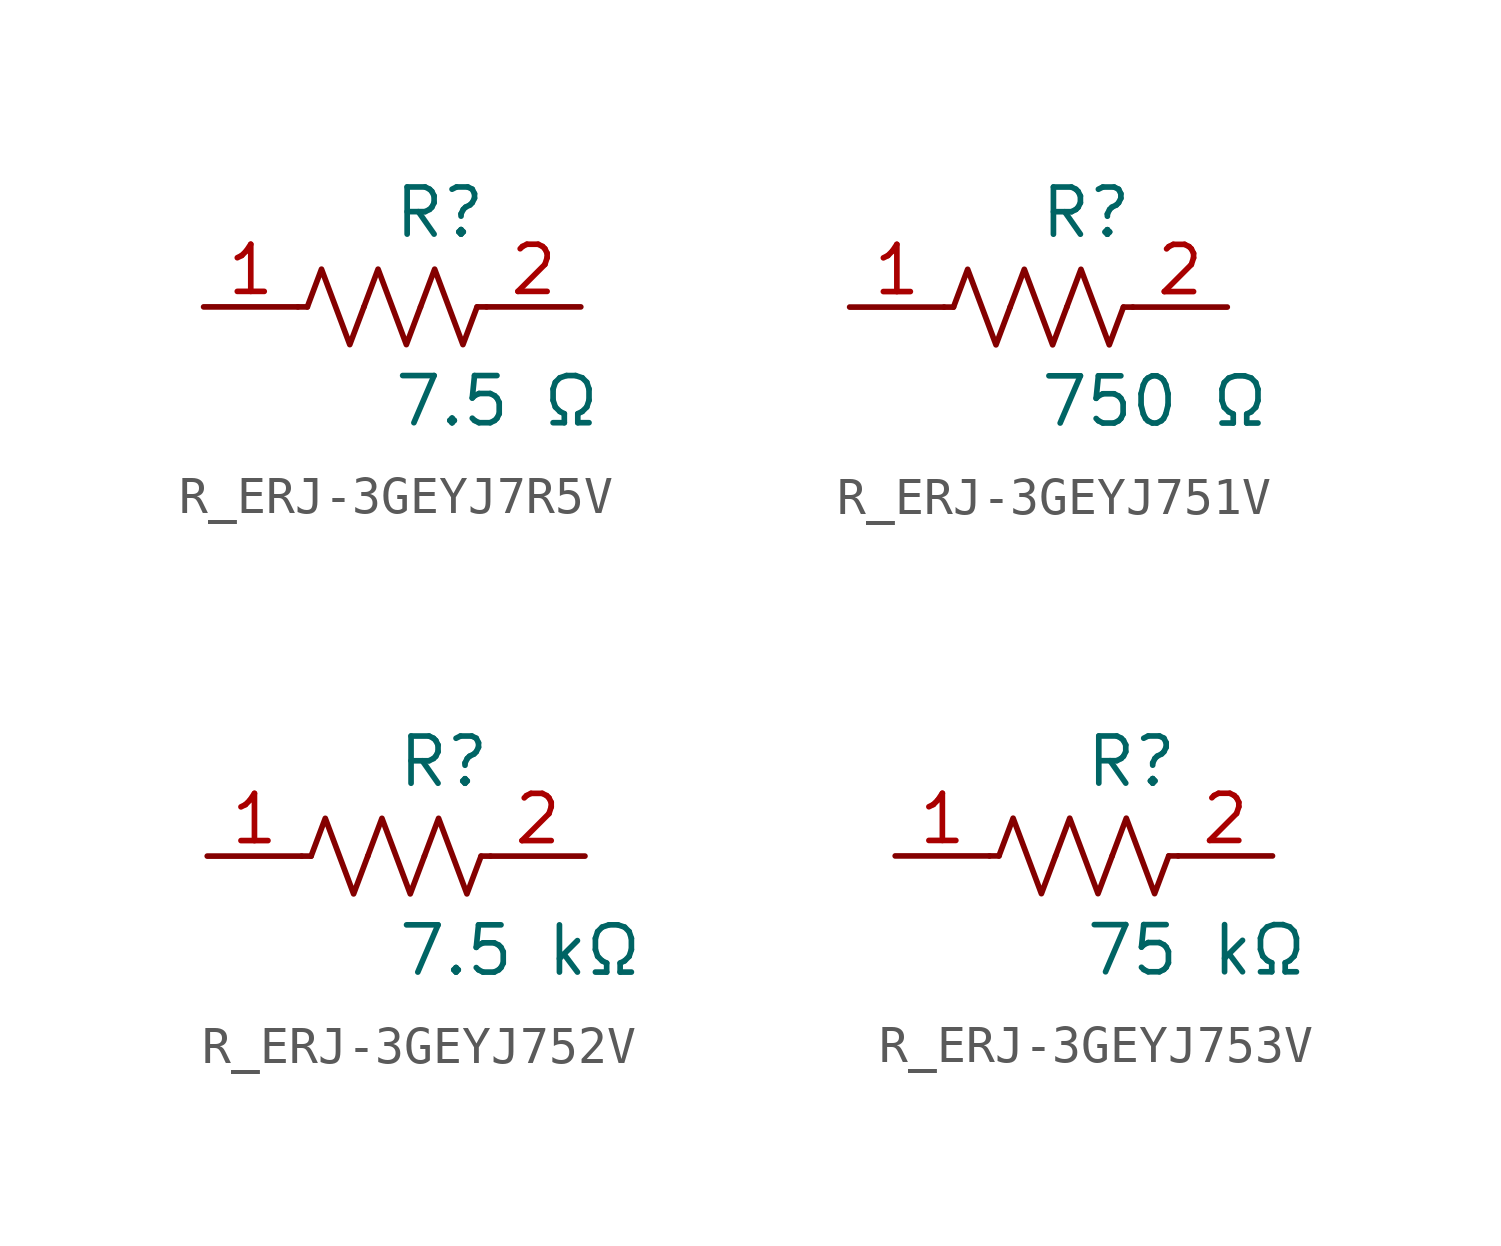
<source format=kicad_sym>
(kicad_symbol_lib
  (version 20231120)
  (generator kicad_symbol_editor)
  (generator_version 8.0)
  (symbol "R_ERJ-3GEYJ7R5V"
    (pin_names
      (offset 0.254))
    (property "Reference" "R"
      (at 0.0 2.54 0)
      (effects (font (size 1.27 1.27)) (justify left)))
    (property "Value" "7.5 Ω"
      (at 0.0 -2.54 0)
      (effects (font (size 1.27 1.27)) (justify left)))
    (symbol "R_ERJ-3GEYJ7R5V_0_1"
      (polyline (pts (xy 2.286 0) (xy 2.54 0)) (stroke (width 0) (type default)) (fill (type none)))
      (polyline (pts (xy -2.286 0) (xy -2.54 0)) (stroke (width 0) (type default)) (fill (type none)))
      (polyline (pts (xy 0.762 0) (xy 1.143 1.016) (xy 1.524 0) (xy 1.905 -1.016) (xy 2.286 0)) (stroke (width 0) (type default)) (fill (type none)))
      (polyline (pts (xy -0.762 0) (xy -0.381 1.016) (xy 0 0) (xy 0.381 -1.016) (xy 0.762 0)) (stroke (width 0) (type default)) (fill (type none)))
      (polyline (pts (xy -2.286 0) (xy -1.905 1.016) (xy -1.524 0) (xy -1.143 -1.016) (xy -0.762 0)) (stroke (width 0) (type default)) (fill (type none))))
    (pin unspecified line
      (at -5.08 0 0)
      (length 2.54)
      (name "" (effects (font (size 1.27 1.27))))
      (number "1" (effects (font (size 1.27 1.27)))))
    (pin unspecified line
      (at 5.08 0 180)
      (length 2.54)
      (name "" (effects (font (size 1.27 1.27))))
      (number "2" (effects (font (size 1.27 1.27))))))
  (symbol "R_ERJ-3GEYJ751V"
    (pin_names
      (offset 0.254))
    (property "Reference" "R"
      (at 0.0 2.54 0)
      (effects (font (size 1.27 1.27)) (justify left)))
    (property "Value" "750 Ω"
      (at 0.0 -2.54 0)
      (effects (font (size 1.27 1.27)) (justify left)))
    (symbol "R_ERJ-3GEYJ751V_0_1"
      (polyline (pts (xy 2.286 0) (xy 2.54 0)) (stroke (width 0) (type default)) (fill (type none)))
      (polyline (pts (xy -2.286 0) (xy -2.54 0)) (stroke (width 0) (type default)) (fill (type none)))
      (polyline (pts (xy 0.762 0) (xy 1.143 1.016) (xy 1.524 0) (xy 1.905 -1.016) (xy 2.286 0)) (stroke (width 0) (type default)) (fill (type none)))
      (polyline (pts (xy -0.762 0) (xy -0.381 1.016) (xy 0 0) (xy 0.381 -1.016) (xy 0.762 0)) (stroke (width 0) (type default)) (fill (type none)))
      (polyline (pts (xy -2.286 0) (xy -1.905 1.016) (xy -1.524 0) (xy -1.143 -1.016) (xy -0.762 0)) (stroke (width 0) (type default)) (fill (type none))))
    (pin unspecified line
      (at -5.08 0 0)
      (length 2.54)
      (name "" (effects (font (size 1.27 1.27))))
      (number "1" (effects (font (size 1.27 1.27)))))
    (pin unspecified line
      (at 5.08 0 180)
      (length 2.54)
      (name "" (effects (font (size 1.27 1.27))))
      (number "2" (effects (font (size 1.27 1.27))))))
  (symbol "R_ERJ-3GEYJ752V"
    (pin_names
      (offset 0.254))
    (property "Reference" "R"
      (at 0.0 2.54 0)
      (effects (font (size 1.27 1.27)) (justify left)))
    (property "Value" "7.5 kΩ"
      (at 0.0 -2.54 0)
      (effects (font (size 1.27 1.27)) (justify left)))
    (symbol "R_ERJ-3GEYJ752V_0_1"
      (polyline (pts (xy 2.286 0) (xy 2.54 0)) (stroke (width 0) (type default)) (fill (type none)))
      (polyline (pts (xy -2.286 0) (xy -2.54 0)) (stroke (width 0) (type default)) (fill (type none)))
      (polyline (pts (xy 0.762 0) (xy 1.143 1.016) (xy 1.524 0) (xy 1.905 -1.016) (xy 2.286 0)) (stroke (width 0) (type default)) (fill (type none)))
      (polyline (pts (xy -0.762 0) (xy -0.381 1.016) (xy 0 0) (xy 0.381 -1.016) (xy 0.762 0)) (stroke (width 0) (type default)) (fill (type none)))
      (polyline (pts (xy -2.286 0) (xy -1.905 1.016) (xy -1.524 0) (xy -1.143 -1.016) (xy -0.762 0)) (stroke (width 0) (type default)) (fill (type none))))
    (pin unspecified line
      (at -5.08 0 0)
      (length 2.54)
      (name "" (effects (font (size 1.27 1.27))))
      (number "1" (effects (font (size 1.27 1.27)))))
    (pin unspecified line
      (at 5.08 0 180)
      (length 2.54)
      (name "" (effects (font (size 1.27 1.27))))
      (number "2" (effects (font (size 1.27 1.27))))))
  (symbol "R_ERJ-3GEYJ753V"
    (pin_names
      (offset 0.254))
    (property "Reference" "R"
      (at 0.0 2.54 0)
      (effects (font (size 1.27 1.27)) (justify left)))
    (property "Value" "75 kΩ"
      (at 0.0 -2.54 0)
      (effects (font (size 1.27 1.27)) (justify left)))
    (symbol "R_ERJ-3GEYJ753V_0_1"
      (polyline (pts (xy 2.286 0) (xy 2.54 0)) (stroke (width 0) (type default)) (fill (type none)))
      (polyline (pts (xy -2.286 0) (xy -2.54 0)) (stroke (width 0) (type default)) (fill (type none)))
      (polyline (pts (xy 0.762 0) (xy 1.143 1.016) (xy 1.524 0) (xy 1.905 -1.016) (xy 2.286 0)) (stroke (width 0) (type default)) (fill (type none)))
      (polyline (pts (xy -0.762 0) (xy -0.381 1.016) (xy 0 0) (xy 0.381 -1.016) (xy 0.762 0)) (stroke (width 0) (type default)) (fill (type none)))
      (polyline (pts (xy -2.286 0) (xy -1.905 1.016) (xy -1.524 0) (xy -1.143 -1.016) (xy -0.762 0)) (stroke (width 0) (type default)) (fill (type none))))
    (pin unspecified line
      (at -5.08 0 0)
      (length 2.54)
      (name "" (effects (font (size 1.27 1.27))))
      (number "1" (effects (font (size 1.27 1.27)))))
    (pin unspecified line
      (at 5.08 0 180)
      (length 2.54)
      (name "" (effects (font (size 1.27 1.27))))
      (number "2" (effects (font (size 1.27 1.27)))))))
</source>
